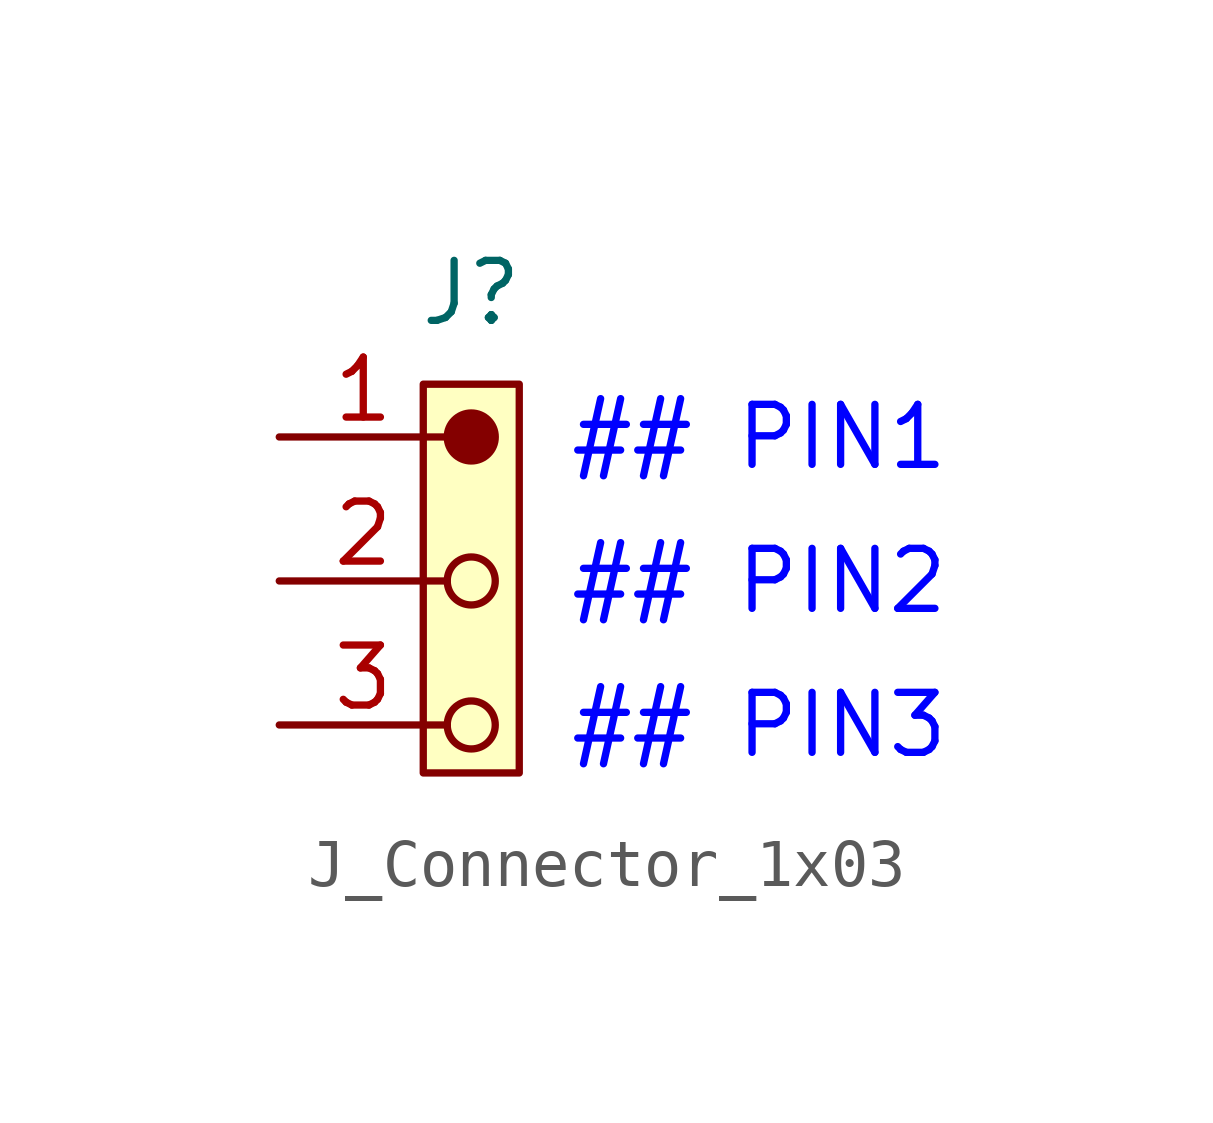
<source format=kicad_sym>
(kicad_symbol_lib
  (version 20241209)
  (generator "kicad_symbol_editor")
  (generator_version "9.0")
  (symbol "J_Connector_1x03"
    (pin_names
      (offset 0)
      (hide yes))
    (property "Reference" "J"
      (at 4 3 0)
      (do_not_autoplace)
      (effects (font (size 1.25 1.25))))
    (property "PIN_01" "## PIN1"
      (at 6 0 0)
      (do_not_autoplace)
      (effects (font (size 1.25 1.25) (color 0 0 255 1)) (justify left)))
    (property "PIN_02" "## PIN2"
      (at 6 -3 0)
      (do_not_autoplace)
      (effects (font (size 1.25 1.25) (color 0 0 255 1)) (justify left)))
    (property "PIN_03" "## PIN3"
      (at 6 -6 0)
      (do_not_autoplace)
      (effects (font (size 1.25 1.25) (color 0 0 255 1)) (justify left)))
    (symbol "J_Connector_1x03_0_1"
      (circle (center 4 -3) (radius 0.5) (stroke (width 0) (type default)) (fill (type none)))
      (circle (center 4 -6) (radius 0.5) (stroke (width 0) (type default)) (fill (type none))))
    (symbol "J_Connector_1x03_1_1"
      (rectangle (start 3 1.1) (end 5 -7) (stroke (width 0) (type default)) (fill (type background)))
      (circle (center 4 0) (radius 0.5) (stroke (width 0) (type default)) (fill (type outline)))
      (pin passive line (at 0 0 0) (length 3.5) (name "1" (effects (font (size 1.25 1.25)))) (number "1" (effects (font (size 1.25 1.25)))))
      (pin passive line (at 0 -3 0) (length 3.5) (name "2" (effects (font (size 1.25 1.25)))) (number "2" (effects (font (size 1.25 1.25)))))
      (pin passive line (at 0 -6 0) (length 3.5) (name "3" (effects (font (size 1.25 1.25)))) (number "3" (effects (font (size 1.25 1.25))))))))
</source>
